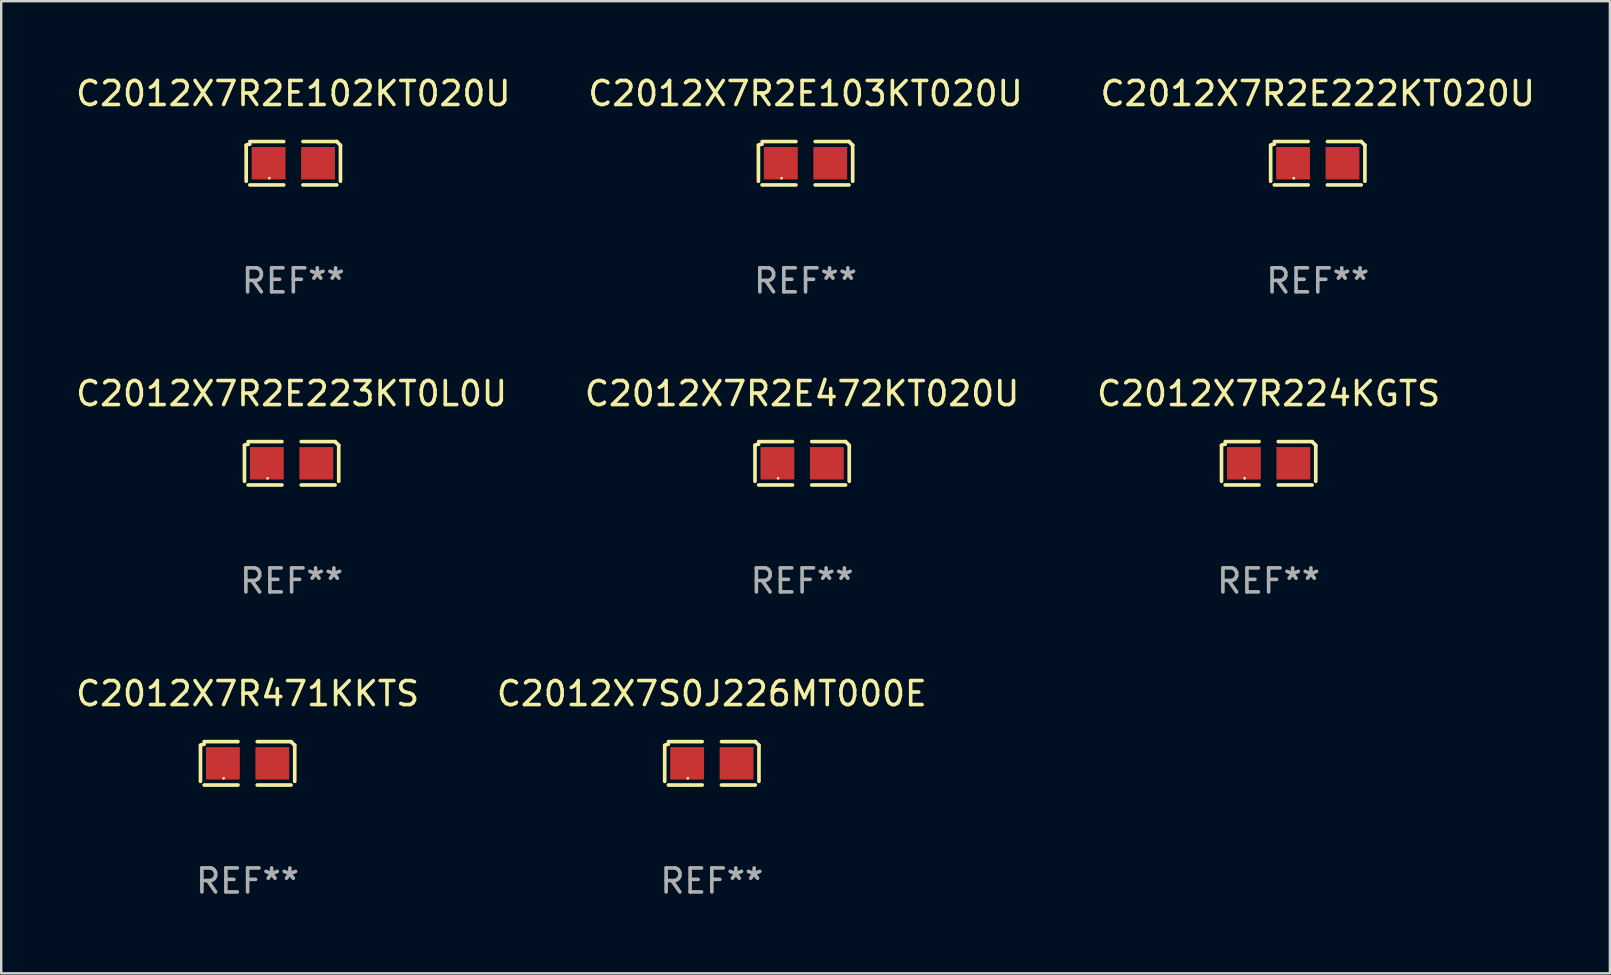
<source format=kicad_pcb>
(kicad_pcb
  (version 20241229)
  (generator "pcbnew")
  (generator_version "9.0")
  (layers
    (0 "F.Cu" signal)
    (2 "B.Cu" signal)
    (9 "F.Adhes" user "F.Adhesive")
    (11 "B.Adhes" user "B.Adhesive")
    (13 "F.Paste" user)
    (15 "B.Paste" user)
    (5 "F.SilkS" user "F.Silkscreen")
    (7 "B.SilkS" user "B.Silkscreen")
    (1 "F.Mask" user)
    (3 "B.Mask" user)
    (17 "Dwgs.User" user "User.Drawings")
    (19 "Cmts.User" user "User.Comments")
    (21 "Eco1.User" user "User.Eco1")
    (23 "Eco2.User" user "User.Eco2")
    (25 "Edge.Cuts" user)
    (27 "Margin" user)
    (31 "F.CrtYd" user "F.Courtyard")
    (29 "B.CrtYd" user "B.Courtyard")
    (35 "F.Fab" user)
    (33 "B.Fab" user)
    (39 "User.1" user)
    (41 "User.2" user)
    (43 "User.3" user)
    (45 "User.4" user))
  (footprint "C2012X7R2E222KT020U"
    (layer "F.Cu")
    (at 51.863 3.752)
    (property "Reference" "C2012X7R2E222KT020U" (at 0 -2.904 0) (layer "F.SilkS") (effects (font (size 1 1) (thickness 0.15))))
    (attr through_hole)
    (fp_line (start -1.964 0.751) (end -1.964 -0.751) (stroke (width 0.152) (type solid)) (layer "F.SilkS"))
    (fp_line (start -1.811 -0.904) (end -0.401 -0.904) (stroke (width 0.152) (type solid)) (layer "F.SilkS"))
    (fp_line (start -0.401 0.904) (end -1.811 0.904) (stroke (width 0.152) (type solid)) (layer "F.SilkS"))
    (fp_line (start 0.401 0.904) (end 1.811 0.904) (stroke (width 0.152) (type solid)) (layer "F.SilkS"))
    (fp_line (start 1.811 -0.904) (end 0.401 -0.904) (stroke (width 0.152) (type solid)) (layer "F.SilkS"))
    (fp_line (start 1.964 0.751) (end 1.964 -0.751) (stroke (width 0.152) (type solid)) (layer "F.SilkS"))
    (fp_arc (start -1.963602 -0.751207) (mid -1.890354 -0.783131) (end -1.811201 -0.794044) (stroke (width 0.1524) (type solid)) (layer "F.SilkS"))
    (fp_arc (start 1.811202 -0.903607) (mid 1.887413 -0.827418) (end 1.963602 -0.751207) (stroke (width 0.1524) (type solid)) (layer "F.SilkS"))
    (fp_circle (center -1 0.625) (end -0.97 0.625) (stroke (width 0.06) (type solid)) (fill no) (layer "F.SilkS"))
    (fp_text user "REF**" (at 0 4.904 0) (layer "F.Fab") (effects (font (size 1 1) (thickness 0.15))))
    (pad "1" smd rect (at -1.03 0) (size 1.41 1.35) (layers "F.Cu" "F.Mask" "F.Paste"))
    (pad "2" smd rect (at 1.03 0) (size 1.41 1.35) (layers "F.Cu" "F.Mask" "F.Paste")))
  (footprint "C2012X7R2E223KT0L0U"
    (layer "F.Cu")
    (at 9.101 16.256)
    (property "Reference" "C2012X7R2E223KT0L0U" (at 0 -2.904 0) (layer "F.SilkS") (effects (font (size 1 1) (thickness 0.15))))
    (attr through_hole)
    (fp_line (start -1.964 0.751) (end -1.964 -0.751) (stroke (width 0.152) (type solid)) (layer "F.SilkS"))
    (fp_line (start -1.811 -0.904) (end -0.401 -0.904) (stroke (width 0.152) (type solid)) (layer "F.SilkS"))
    (fp_line (start -0.401 0.904) (end -1.811 0.904) (stroke (width 0.152) (type solid)) (layer "F.SilkS"))
    (fp_line (start 0.401 0.904) (end 1.811 0.904) (stroke (width 0.152) (type solid)) (layer "F.SilkS"))
    (fp_line (start 1.811 -0.904) (end 0.401 -0.904) (stroke (width 0.152) (type solid)) (layer "F.SilkS"))
    (fp_line (start 1.964 0.751) (end 1.964 -0.751) (stroke (width 0.152) (type solid)) (layer "F.SilkS"))
    (fp_arc (start -1.963602 -0.751207) (mid -1.890354 -0.783131) (end -1.811201 -0.794044) (stroke (width 0.1524) (type solid)) (layer "F.SilkS"))
    (fp_arc (start 1.811202 -0.903607) (mid 1.887413 -0.827418) (end 1.963602 -0.751207) (stroke (width 0.1524) (type solid)) (layer "F.SilkS"))
    (fp_circle (center -1 0.625) (end -0.97 0.625) (stroke (width 0.06) (type solid)) (fill no) (layer "F.SilkS"))
    (fp_text user "REF**" (at 0 4.904 0) (layer "F.Fab") (effects (font (size 1 1) (thickness 0.15))))
    (pad "1" smd rect (at -1.03 0) (size 1.41 1.35) (layers "F.Cu" "F.Mask" "F.Paste"))
    (pad "2" smd rect (at 1.03 0) (size 1.41 1.35) (layers "F.Cu" "F.Mask" "F.Paste")))
  (footprint "C2012X7R471KKTS"
    (layer "F.Cu")
    (at 7.268 28.759)
    (property "Reference" "C2012X7R471KKTS" (at 0 -2.904 0) (layer "F.SilkS") (effects (font (size 1 1) (thickness 0.15))))
    (attr through_hole)
    (fp_line (start -1.964 0.751) (end -1.964 -0.751) (stroke (width 0.152) (type solid)) (layer "F.SilkS"))
    (fp_line (start -1.811 -0.904) (end -0.401 -0.904) (stroke (width 0.152) (type solid)) (layer "F.SilkS"))
    (fp_line (start -0.401 0.904) (end -1.811 0.904) (stroke (width 0.152) (type solid)) (layer "F.SilkS"))
    (fp_line (start 0.401 0.904) (end 1.811 0.904) (stroke (width 0.152) (type solid)) (layer "F.SilkS"))
    (fp_line (start 1.811 -0.904) (end 0.401 -0.904) (stroke (width 0.152) (type solid)) (layer "F.SilkS"))
    (fp_line (start 1.964 0.751) (end 1.964 -0.751) (stroke (width 0.152) (type solid)) (layer "F.SilkS"))
    (fp_arc (start -1.963602 -0.751207) (mid -1.890354 -0.783131) (end -1.811201 -0.794044) (stroke (width 0.1524) (type solid)) (layer "F.SilkS"))
    (fp_arc (start 1.811202 -0.903607) (mid 1.887413 -0.827418) (end 1.963602 -0.751207) (stroke (width 0.1524) (type solid)) (layer "F.SilkS"))
    (fp_circle (center -1 0.625) (end -0.97 0.625) (stroke (width 0.06) (type solid)) (fill no) (layer "F.SilkS"))
    (fp_text user "REF**" (at 0 4.904 0) (layer "F.Fab") (effects (font (size 1 1) (thickness 0.15))))
    (pad "1" smd rect (at -1.03 0) (size 1.41 1.35) (layers "F.Cu" "F.Mask" "F.Paste"))
    (pad "2" smd rect (at 1.03 0) (size 1.41 1.35) (layers "F.Cu" "F.Mask" "F.Paste")))
  (footprint "C2012X7R2E472KT020U"
    (layer "F.Cu")
    (at 30.375 16.256)
    (property "Reference" "C2012X7R2E472KT020U" (at 0 -2.904 0) (layer "F.SilkS") (effects (font (size 1 1) (thickness 0.15))))
    (attr through_hole)
    (fp_line (start -1.964 0.751) (end -1.964 -0.751) (stroke (width 0.152) (type solid)) (layer "F.SilkS"))
    (fp_line (start -1.811 -0.904) (end -0.401 -0.904) (stroke (width 0.152) (type solid)) (layer "F.SilkS"))
    (fp_line (start -0.401 0.904) (end -1.811 0.904) (stroke (width 0.152) (type solid)) (layer "F.SilkS"))
    (fp_line (start 0.401 0.904) (end 1.811 0.904) (stroke (width 0.152) (type solid)) (layer "F.SilkS"))
    (fp_line (start 1.811 -0.904) (end 0.401 -0.904) (stroke (width 0.152) (type solid)) (layer "F.SilkS"))
    (fp_line (start 1.964 0.751) (end 1.964 -0.751) (stroke (width 0.152) (type solid)) (layer "F.SilkS"))
    (fp_arc (start -1.963602 -0.751207) (mid -1.890354 -0.783131) (end -1.811201 -0.794044) (stroke (width 0.1524) (type solid)) (layer "F.SilkS"))
    (fp_arc (start 1.811202 -0.903607) (mid 1.887413 -0.827418) (end 1.963602 -0.751207) (stroke (width 0.1524) (type solid)) (layer "F.SilkS"))
    (fp_circle (center -1 0.625) (end -0.97 0.625) (stroke (width 0.06) (type solid)) (fill no) (layer "F.SilkS"))
    (fp_text user "REF**" (at 0 4.904 0) (layer "F.Fab") (effects (font (size 1 1) (thickness 0.15))))
    (pad "1" smd rect (at -1.03 0) (size 1.41 1.35) (layers "F.Cu" "F.Mask" "F.Paste"))
    (pad "2" smd rect (at 1.03 0) (size 1.41 1.35) (layers "F.Cu" "F.Mask" "F.Paste")))
  (footprint "C2012X7R2E102KT020U"
    (layer "F.Cu")
    (at 9.173 3.752)
    (property "Reference" "C2012X7R2E102KT020U" (at 0 -2.904 0) (layer "F.SilkS") (effects (font (size 1 1) (thickness 0.15))))
    (attr through_hole)
    (fp_line (start -1.964 0.751) (end -1.964 -0.751) (stroke (width 0.152) (type solid)) (layer "F.SilkS"))
    (fp_line (start -1.811 -0.904) (end -0.401 -0.904) (stroke (width 0.152) (type solid)) (layer "F.SilkS"))
    (fp_line (start -0.401 0.904) (end -1.811 0.904) (stroke (width 0.152) (type solid)) (layer "F.SilkS"))
    (fp_line (start 0.401 0.904) (end 1.811 0.904) (stroke (width 0.152) (type solid)) (layer "F.SilkS"))
    (fp_line (start 1.811 -0.904) (end 0.401 -0.904) (stroke (width 0.152) (type solid)) (layer "F.SilkS"))
    (fp_line (start 1.964 0.751) (end 1.964 -0.751) (stroke (width 0.152) (type solid)) (layer "F.SilkS"))
    (fp_arc (start -1.963602 -0.751207) (mid -1.890354 -0.783131) (end -1.811201 -0.794044) (stroke (width 0.1524) (type solid)) (layer "F.SilkS"))
    (fp_arc (start 1.811202 -0.903607) (mid 1.887413 -0.827418) (end 1.963602 -0.751207) (stroke (width 0.1524) (type solid)) (layer "F.SilkS"))
    (fp_circle (center -1 0.625) (end -0.97 0.625) (stroke (width 0.06) (type solid)) (fill no) (layer "F.SilkS"))
    (fp_text user "REF**" (at 0 4.904 0) (layer "F.Fab") (effects (font (size 1 1) (thickness 0.15))))
    (pad "1" smd rect (at -1.03 0) (size 1.41 1.35) (layers "F.Cu" "F.Mask" "F.Paste"))
    (pad "2" smd rect (at 1.03 0) (size 1.41 1.35) (layers "F.Cu" "F.Mask" "F.Paste")))
  (footprint "C2012X7R2E103KT020U"
    (layer "F.Cu")
    (at 30.518 3.752)
    (property "Reference" "C2012X7R2E103KT020U" (at 0 -2.904 0) (layer "F.SilkS") (effects (font (size 1 1) (thickness 0.15))))
    (attr through_hole)
    (fp_line (start -1.964 0.751) (end -1.964 -0.751) (stroke (width 0.152) (type solid)) (layer "F.SilkS"))
    (fp_line (start -1.811 -0.904) (end -0.401 -0.904) (stroke (width 0.152) (type solid)) (layer "F.SilkS"))
    (fp_line (start -0.401 0.904) (end -1.811 0.904) (stroke (width 0.152) (type solid)) (layer "F.SilkS"))
    (fp_line (start 0.401 0.904) (end 1.811 0.904) (stroke (width 0.152) (type solid)) (layer "F.SilkS"))
    (fp_line (start 1.811 -0.904) (end 0.401 -0.904) (stroke (width 0.152) (type solid)) (layer "F.SilkS"))
    (fp_line (start 1.964 0.751) (end 1.964 -0.751) (stroke (width 0.152) (type solid)) (layer "F.SilkS"))
    (fp_arc (start -1.963602 -0.751207) (mid -1.890354 -0.783131) (end -1.811201 -0.794044) (stroke (width 0.1524) (type solid)) (layer "F.SilkS"))
    (fp_arc (start 1.811202 -0.903607) (mid 1.887413 -0.827418) (end 1.963602 -0.751207) (stroke (width 0.1524) (type solid)) (layer "F.SilkS"))
    (fp_circle (center -1 0.625) (end -0.97 0.625) (stroke (width 0.06) (type solid)) (fill no) (layer "F.SilkS"))
    (fp_text user "REF**" (at 0 4.904 0) (layer "F.Fab") (effects (font (size 1 1) (thickness 0.15))))
    (pad "1" smd rect (at -1.03 0) (size 1.41 1.35) (layers "F.Cu" "F.Mask" "F.Paste"))
    (pad "2" smd rect (at 1.03 0) (size 1.41 1.35) (layers "F.Cu" "F.Mask" "F.Paste")))
  (footprint "C2012X7S0J226MT000E"
    (layer "F.Cu")
    (at 26.613 28.759)
    (property "Reference" "C2012X7S0J226MT000E" (at 0 -2.904 0) (layer "F.SilkS") (effects (font (size 1 1) (thickness 0.15))))
    (attr through_hole)
    (fp_line (start -1.964 0.751) (end -1.964 -0.751) (stroke (width 0.152) (type solid)) (layer "F.SilkS"))
    (fp_line (start -1.811 -0.904) (end -0.401 -0.904) (stroke (width 0.152) (type solid)) (layer "F.SilkS"))
    (fp_line (start -0.401 0.904) (end -1.811 0.904) (stroke (width 0.152) (type solid)) (layer "F.SilkS"))
    (fp_line (start 0.401 0.904) (end 1.811 0.904) (stroke (width 0.152) (type solid)) (layer "F.SilkS"))
    (fp_line (start 1.811 -0.904) (end 0.401 -0.904) (stroke (width 0.152) (type solid)) (layer "F.SilkS"))
    (fp_line (start 1.964 0.751) (end 1.964 -0.751) (stroke (width 0.152) (type solid)) (layer "F.SilkS"))
    (fp_arc (start -1.963602 -0.751207) (mid -1.890354 -0.783131) (end -1.811201 -0.794044) (stroke (width 0.1524) (type solid)) (layer "F.SilkS"))
    (fp_arc (start 1.811202 -0.903607) (mid 1.887413 -0.827418) (end 1.963602 -0.751207) (stroke (width 0.1524) (type solid)) (layer "F.SilkS"))
    (fp_circle (center -1 0.625) (end -0.97 0.625) (stroke (width 0.06) (type solid)) (fill no) (layer "F.SilkS"))
    (fp_text user "REF**" (at 0 4.904 0) (layer "F.Fab") (effects (font (size 1 1) (thickness 0.15))))
    (pad "1" smd rect (at -1.03 0) (size 1.41 1.35) (layers "F.Cu" "F.Mask" "F.Paste"))
    (pad "2" smd rect (at 1.03 0) (size 1.41 1.35) (layers "F.Cu" "F.Mask" "F.Paste")))
  (footprint "C2012X7R224KGTS"
    (layer "F.Cu")
    (at 49.815 16.256)
    (property "Reference" "C2012X7R224KGTS" (at 0 -2.904 0) (layer "F.SilkS") (effects (font (size 1 1) (thickness 0.15))))
    (attr through_hole)
    (fp_line (start -1.964 0.751) (end -1.964 -0.751) (stroke (width 0.152) (type solid)) (layer "F.SilkS"))
    (fp_line (start -1.811 -0.904) (end -0.401 -0.904) (stroke (width 0.152) (type solid)) (layer "F.SilkS"))
    (fp_line (start -0.401 0.904) (end -1.811 0.904) (stroke (width 0.152) (type solid)) (layer "F.SilkS"))
    (fp_line (start 0.401 0.904) (end 1.811 0.904) (stroke (width 0.152) (type solid)) (layer "F.SilkS"))
    (fp_line (start 1.811 -0.904) (end 0.401 -0.904) (stroke (width 0.152) (type solid)) (layer "F.SilkS"))
    (fp_line (start 1.964 0.751) (end 1.964 -0.751) (stroke (width 0.152) (type solid)) (layer "F.SilkS"))
    (fp_arc (start -1.963602 -0.751207) (mid -1.890354 -0.783131) (end -1.811201 -0.794044) (stroke (width 0.1524) (type solid)) (layer "F.SilkS"))
    (fp_arc (start 1.811202 -0.903607) (mid 1.887413 -0.827418) (end 1.963602 -0.751207) (stroke (width 0.1524) (type solid)) (layer "F.SilkS"))
    (fp_circle (center -1 0.625) (end -0.97 0.625) (stroke (width 0.06) (type solid)) (fill no) (layer "F.SilkS"))
    (fp_text user "REF**" (at 0 4.904 0) (layer "F.Fab") (effects (font (size 1 1) (thickness 0.15))))
    (pad "1" smd rect (at -1.03 0) (size 1.41 1.35) (layers "F.Cu" "F.Mask" "F.Paste"))
    (pad "2" smd rect (at 1.03 0) (size 1.41 1.35) (layers "F.Cu" "F.Mask" "F.Paste")))
  (gr_rect
    (start -3 -3)
    (end 64.036 37.511)
    (stroke (width 0.1) (type default))
    (fill no)
    (layer "Edge.Cuts")))
</source>
